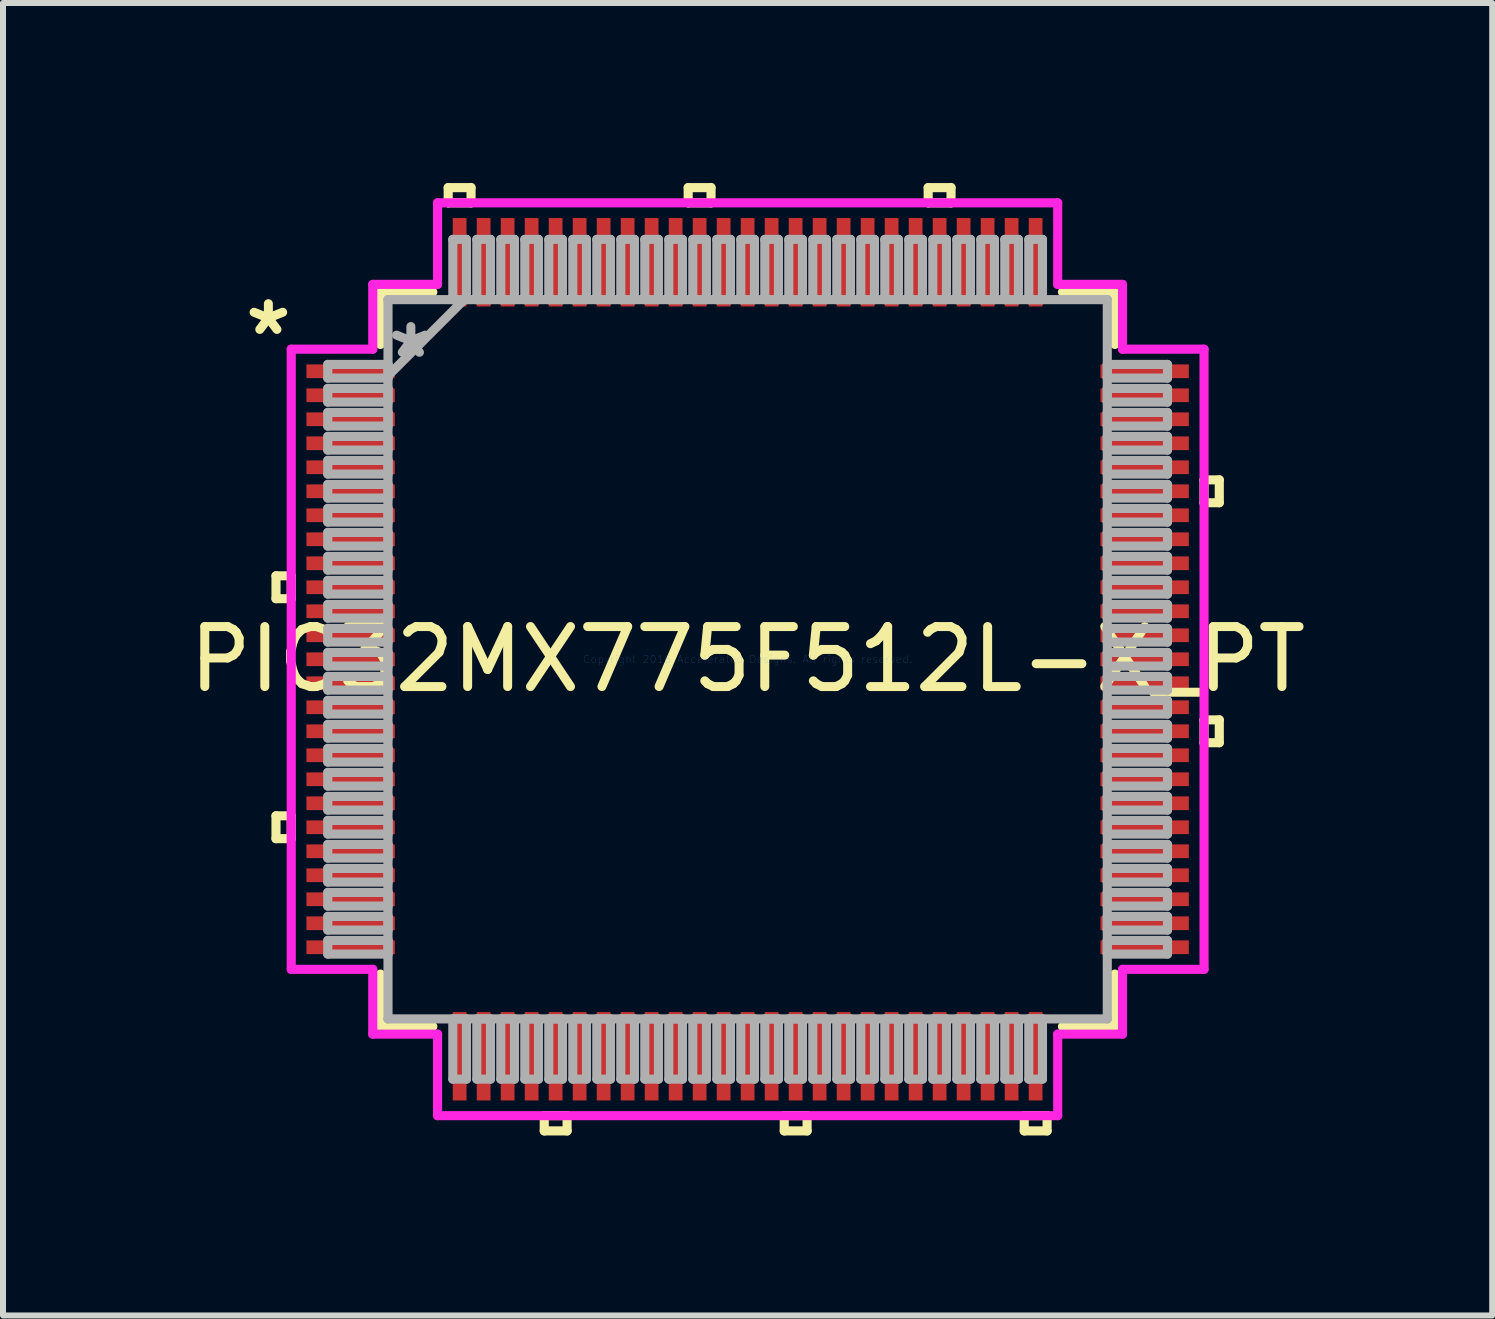
<source format=kicad_pcb>
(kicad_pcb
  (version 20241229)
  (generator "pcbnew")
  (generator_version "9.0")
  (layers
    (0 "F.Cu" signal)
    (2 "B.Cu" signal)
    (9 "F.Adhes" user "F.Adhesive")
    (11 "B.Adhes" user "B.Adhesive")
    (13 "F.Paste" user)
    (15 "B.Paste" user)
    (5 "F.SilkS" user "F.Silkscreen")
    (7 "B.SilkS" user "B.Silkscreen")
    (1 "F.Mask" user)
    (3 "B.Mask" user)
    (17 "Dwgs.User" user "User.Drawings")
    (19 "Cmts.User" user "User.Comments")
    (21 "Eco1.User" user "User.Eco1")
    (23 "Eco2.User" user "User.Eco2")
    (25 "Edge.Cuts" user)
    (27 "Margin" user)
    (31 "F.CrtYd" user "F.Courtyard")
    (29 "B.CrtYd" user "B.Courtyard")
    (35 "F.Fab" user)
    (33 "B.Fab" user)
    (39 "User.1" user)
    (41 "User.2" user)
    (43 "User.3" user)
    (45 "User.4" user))
  (footprint "PIC32MX775F512L-X_PT"
    (layer "F.Cu")
    (at 9.411 7.938)
    (property "Reference" "PIC32MX775F512L-X_PT" (at 0 0 0) (layer "F.SilkS") (effects (font (size 1 1) (thickness 0.15))))
    (attr through_hole)
    (fp_line (start -7.861 -1.391) (end -7.861 -1.01) (stroke (width 0.152) (type solid)) (layer "F.SilkS"))
    (fp_line (start -7.861 -1.01) (end -7.607 -1.01) (stroke (width 0.152) (type solid)) (layer "F.SilkS"))
    (fp_line (start -7.861 2.609) (end -7.861 2.99) (stroke (width 0.152) (type solid)) (layer "F.SilkS"))
    (fp_line (start -7.861 2.99) (end -7.607 2.99) (stroke (width 0.152) (type solid)) (layer "F.SilkS"))
    (fp_line (start -7.607 -1.391) (end -7.861 -1.391) (stroke (width 0.152) (type solid)) (layer "F.SilkS"))
    (fp_line (start -7.607 -1.01) (end -7.607 -1.391) (stroke (width 0.152) (type solid)) (layer "F.SilkS"))
    (fp_line (start -7.607 2.609) (end -7.861 2.609) (stroke (width 0.152) (type solid)) (layer "F.SilkS"))
    (fp_line (start -7.607 2.99) (end -7.607 2.609) (stroke (width 0.152) (type solid)) (layer "F.SilkS"))
    (fp_line (start -6.121 -6.121) (end -6.121 -5.247) (stroke (width 0.152) (type solid)) (layer "F.SilkS"))
    (fp_line (start -6.121 5.247) (end -6.121 6.121) (stroke (width 0.152) (type solid)) (layer "F.SilkS"))
    (fp_line (start -6.121 6.121) (end -5.247 6.121) (stroke (width 0.152) (type solid)) (layer "F.SilkS"))
    (fp_line (start -5.247 -6.121) (end -6.121 -6.121) (stroke (width 0.152) (type solid)) (layer "F.SilkS"))
    (fp_line (start -4.991 -7.861) (end -4.61 -7.861) (stroke (width 0.152) (type solid)) (layer "F.SilkS"))
    (fp_line (start -4.991 -7.607) (end -4.991 -7.861) (stroke (width 0.152) (type solid)) (layer "F.SilkS"))
    (fp_line (start -4.61 -7.861) (end -4.61 -7.607) (stroke (width 0.152) (type solid)) (layer "F.SilkS"))
    (fp_line (start -4.61 -7.607) (end -4.991 -7.607) (stroke (width 0.152) (type solid)) (layer "F.SilkS"))
    (fp_line (start -3.39 7.607) (end -3.39 7.861) (stroke (width 0.152) (type solid)) (layer "F.SilkS"))
    (fp_line (start -3.39 7.861) (end -3.009 7.861) (stroke (width 0.152) (type solid)) (layer "F.SilkS"))
    (fp_line (start -3.009 7.607) (end -3.39 7.607) (stroke (width 0.152) (type solid)) (layer "F.SilkS"))
    (fp_line (start -3.009 7.861) (end -3.009 7.607) (stroke (width 0.152) (type solid)) (layer "F.SilkS"))
    (fp_line (start -0.991 -7.861) (end -0.61 -7.861) (stroke (width 0.152) (type solid)) (layer "F.SilkS"))
    (fp_line (start -0.991 -7.607) (end -0.991 -7.861) (stroke (width 0.152) (type solid)) (layer "F.SilkS"))
    (fp_line (start -0.61 -7.861) (end -0.61 -7.607) (stroke (width 0.152) (type solid)) (layer "F.SilkS"))
    (fp_line (start -0.61 -7.607) (end -0.991 -7.607) (stroke (width 0.152) (type solid)) (layer "F.SilkS"))
    (fp_line (start 0.61 7.607) (end 0.61 7.861) (stroke (width 0.152) (type solid)) (layer "F.SilkS"))
    (fp_line (start 0.61 7.861) (end 0.991 7.861) (stroke (width 0.152) (type solid)) (layer "F.SilkS"))
    (fp_line (start 0.991 7.607) (end 0.61 7.607) (stroke (width 0.152) (type solid)) (layer "F.SilkS"))
    (fp_line (start 0.991 7.861) (end 0.991 7.607) (stroke (width 0.152) (type solid)) (layer "F.SilkS"))
    (fp_line (start 3.009 -7.861) (end 3.39 -7.861) (stroke (width 0.152) (type solid)) (layer "F.SilkS"))
    (fp_line (start 3.009 -7.607) (end 3.009 -7.861) (stroke (width 0.152) (type solid)) (layer "F.SilkS"))
    (fp_line (start 3.39 -7.861) (end 3.39 -7.607) (stroke (width 0.152) (type solid)) (layer "F.SilkS"))
    (fp_line (start 3.39 -7.607) (end 3.009 -7.607) (stroke (width 0.152) (type solid)) (layer "F.SilkS"))
    (fp_line (start 4.61 7.607) (end 4.61 7.861) (stroke (width 0.152) (type solid)) (layer "F.SilkS"))
    (fp_line (start 4.61 7.861) (end 4.991 7.861) (stroke (width 0.152) (type solid)) (layer "F.SilkS"))
    (fp_line (start 4.991 7.607) (end 4.61 7.607) (stroke (width 0.152) (type solid)) (layer "F.SilkS"))
    (fp_line (start 4.991 7.861) (end 4.991 7.607) (stroke (width 0.152) (type solid)) (layer "F.SilkS"))
    (fp_line (start 5.247 6.121) (end 6.121 6.121) (stroke (width 0.152) (type solid)) (layer "F.SilkS"))
    (fp_line (start 6.121 -6.121) (end 5.247 -6.121) (stroke (width 0.152) (type solid)) (layer "F.SilkS"))
    (fp_line (start 6.121 -5.247) (end 6.121 -6.121) (stroke (width 0.152) (type solid)) (layer "F.SilkS"))
    (fp_line (start 6.121 6.121) (end 6.121 5.247) (stroke (width 0.152) (type solid)) (layer "F.SilkS"))
    (fp_line (start 7.607 -2.99) (end 7.861 -2.99) (stroke (width 0.152) (type solid)) (layer "F.SilkS"))
    (fp_line (start 7.607 -2.609) (end 7.607 -2.99) (stroke (width 0.152) (type solid)) (layer "F.SilkS"))
    (fp_line (start 7.607 1.01) (end 7.861 1.01) (stroke (width 0.152) (type solid)) (layer "F.SilkS"))
    (fp_line (start 7.607 1.391) (end 7.607 1.01) (stroke (width 0.152) (type solid)) (layer "F.SilkS"))
    (fp_line (start 7.861 -2.99) (end 7.861 -2.609) (stroke (width 0.152) (type solid)) (layer "F.SilkS"))
    (fp_line (start 7.861 -2.609) (end 7.607 -2.609) (stroke (width 0.152) (type solid)) (layer "F.SilkS"))
    (fp_line (start 7.861 1.01) (end 7.861 1.391) (stroke (width 0.152) (type solid)) (layer "F.SilkS"))
    (fp_line (start 7.861 1.391) (end 7.607 1.391) (stroke (width 0.152) (type solid)) (layer "F.SilkS"))
    (fp_line (start -7.607 -5.168) (end -6.248 -5.168) (stroke (width 0.152) (type solid)) (layer "F.CrtYd"))
    (fp_line (start -7.607 5.168) (end -7.607 -5.168) (stroke (width 0.152) (type solid)) (layer "F.CrtYd"))
    (fp_line (start -6.248 -6.248) (end -5.168 -6.248) (stroke (width 0.152) (type solid)) (layer "F.CrtYd"))
    (fp_line (start -6.248 -5.168) (end -6.248 -6.248) (stroke (width 0.152) (type solid)) (layer "F.CrtYd"))
    (fp_line (start -6.248 5.168) (end -7.607 5.168) (stroke (width 0.152) (type solid)) (layer "F.CrtYd"))
    (fp_line (start -6.248 6.248) (end -6.248 5.168) (stroke (width 0.152) (type solid)) (layer "F.CrtYd"))
    (fp_line (start -5.168 -7.607) (end 5.168 -7.607) (stroke (width 0.152) (type solid)) (layer "F.CrtYd"))
    (fp_line (start -5.168 -6.248) (end -5.168 -7.607) (stroke (width 0.152) (type solid)) (layer "F.CrtYd"))
    (fp_line (start -5.168 6.248) (end -6.248 6.248) (stroke (width 0.152) (type solid)) (layer "F.CrtYd"))
    (fp_line (start -5.168 7.607) (end -5.168 6.248) (stroke (width 0.152) (type solid)) (layer "F.CrtYd"))
    (fp_line (start 5.168 -7.607) (end 5.168 -6.248) (stroke (width 0.152) (type solid)) (layer "F.CrtYd"))
    (fp_line (start 5.168 -6.248) (end 6.248 -6.248) (stroke (width 0.152) (type solid)) (layer "F.CrtYd"))
    (fp_line (start 5.168 6.248) (end 5.168 7.607) (stroke (width 0.152) (type solid)) (layer "F.CrtYd"))
    (fp_line (start 5.168 7.607) (end -5.168 7.607) (stroke (width 0.152) (type solid)) (layer "F.CrtYd"))
    (fp_line (start 6.248 -6.248) (end 6.248 -5.168) (stroke (width 0.152) (type solid)) (layer "F.CrtYd"))
    (fp_line (start 6.248 -5.168) (end 7.607 -5.168) (stroke (width 0.152) (type solid)) (layer "F.CrtYd"))
    (fp_line (start 6.248 5.168) (end 6.248 6.248) (stroke (width 0.152) (type solid)) (layer "F.CrtYd"))
    (fp_line (start 6.248 6.248) (end 5.168 6.248) (stroke (width 0.152) (type solid)) (layer "F.CrtYd"))
    (fp_line (start 7.607 -5.168) (end 7.607 5.168) (stroke (width 0.152) (type solid)) (layer "F.CrtYd"))
    (fp_line (start 7.607 5.168) (end 6.248 5.168) (stroke (width 0.152) (type solid)) (layer "F.CrtYd"))
    (fp_line (start -6.998 -4.914) (end -6.998 -4.686) (stroke (width 0.152) (type solid)) (layer "F.Fab"))
    (fp_line (start -6.998 -4.686) (end -5.994 -4.686) (stroke (width 0.152) (type solid)) (layer "F.Fab"))
    (fp_line (start -6.998 -4.514) (end -6.998 -4.286) (stroke (width 0.152) (type solid)) (layer "F.Fab"))
    (fp_line (start -6.998 -4.286) (end -5.994 -4.286) (stroke (width 0.152) (type solid)) (layer "F.Fab"))
    (fp_line (start -6.998 -4.114) (end -6.998 -3.886) (stroke (width 0.152) (type solid)) (layer "F.Fab"))
    (fp_line (start -6.998 -3.886) (end -5.994 -3.886) (stroke (width 0.152) (type solid)) (layer "F.Fab"))
    (fp_line (start -6.998 -3.714) (end -6.998 -3.486) (stroke (width 0.152) (type solid)) (layer "F.Fab"))
    (fp_line (start -6.998 -3.486) (end -5.994 -3.486) (stroke (width 0.152) (type solid)) (layer "F.Fab"))
    (fp_line (start -6.998 -3.314) (end -6.998 -3.086) (stroke (width 0.152) (type solid)) (layer "F.Fab"))
    (fp_line (start -6.998 -3.086) (end -5.994 -3.086) (stroke (width 0.152) (type solid)) (layer "F.Fab"))
    (fp_line (start -6.998 -2.914) (end -6.998 -2.686) (stroke (width 0.152) (type solid)) (layer "F.Fab"))
    (fp_line (start -6.998 -2.686) (end -5.994 -2.686) (stroke (width 0.152) (type solid)) (layer "F.Fab"))
    (fp_line (start -6.998 -2.514) (end -6.998 -2.286) (stroke (width 0.152) (type solid)) (layer "F.Fab"))
    (fp_line (start -6.998 -2.286) (end -5.994 -2.286) (stroke (width 0.152) (type solid)) (layer "F.Fab"))
    (fp_line (start -6.998 -2.114) (end -6.998 -1.886) (stroke (width 0.152) (type solid)) (layer "F.Fab"))
    (fp_line (start -6.998 -1.886) (end -5.994 -1.886) (stroke (width 0.152) (type solid)) (layer "F.Fab"))
    (fp_line (start -6.998 -1.714) (end -6.998 -1.486) (stroke (width 0.152) (type solid)) (layer "F.Fab"))
    (fp_line (start -6.998 -1.486) (end -5.994 -1.486) (stroke (width 0.152) (type solid)) (layer "F.Fab"))
    (fp_line (start -6.998 -1.314) (end -6.998 -1.086) (stroke (width 0.152) (type solid)) (layer "F.Fab"))
    (fp_line (start -6.998 -1.086) (end -5.994 -1.086) (stroke (width 0.152) (type solid)) (layer "F.Fab"))
    (fp_line (start -6.998 -0.914) (end -6.998 -0.686) (stroke (width 0.152) (type solid)) (layer "F.Fab"))
    (fp_line (start -6.998 -0.686) (end -5.994 -0.686) (stroke (width 0.152) (type solid)) (layer "F.Fab"))
    (fp_line (start -6.998 -0.514) (end -6.998 -0.286) (stroke (width 0.152) (type solid)) (layer "F.Fab"))
    (fp_line (start -6.998 -0.286) (end -5.994 -0.286) (stroke (width 0.152) (type solid)) (layer "F.Fab"))
    (fp_line (start -6.998 -0.114) (end -6.998 0.114) (stroke (width 0.152) (type solid)) (layer "F.Fab"))
    (fp_line (start -6.998 0.114) (end -5.994 0.114) (stroke (width 0.152) (type solid)) (layer "F.Fab"))
    (fp_line (start -6.998 0.286) (end -6.998 0.514) (stroke (width 0.152) (type solid)) (layer "F.Fab"))
    (fp_line (start -6.998 0.514) (end -5.994 0.514) (stroke (width 0.152) (type solid)) (layer "F.Fab"))
    (fp_line (start -6.998 0.686) (end -6.998 0.914) (stroke (width 0.152) (type solid)) (layer "F.Fab"))
    (fp_line (start -6.998 0.914) (end -5.994 0.914) (stroke (width 0.152) (type solid)) (layer "F.Fab"))
    (fp_line (start -6.998 1.086) (end -6.998 1.314) (stroke (width 0.152) (type solid)) (layer "F.Fab"))
    (fp_line (start -6.998 1.314) (end -5.994 1.314) (stroke (width 0.152) (type solid)) (layer "F.Fab"))
    (fp_line (start -6.998 1.486) (end -6.998 1.714) (stroke (width 0.152) (type solid)) (layer "F.Fab"))
    (fp_line (start -6.998 1.714) (end -5.994 1.714) (stroke (width 0.152) (type solid)) (layer "F.Fab"))
    (fp_line (start -6.998 1.886) (end -6.998 2.114) (stroke (width 0.152) (type solid)) (layer "F.Fab"))
    (fp_line (start -6.998 2.114) (end -5.994 2.114) (stroke (width 0.152) (type solid)) (layer "F.Fab"))
    (fp_line (start -6.998 2.286) (end -6.998 2.514) (stroke (width 0.152) (type solid)) (layer "F.Fab"))
    (fp_line (start -6.998 2.514) (end -5.994 2.514) (stroke (width 0.152) (type solid)) (layer "F.Fab"))
    (fp_line (start -6.998 2.686) (end -6.998 2.914) (stroke (width 0.152) (type solid)) (layer "F.Fab"))
    (fp_line (start -6.998 2.914) (end -5.994 2.914) (stroke (width 0.152) (type solid)) (layer "F.Fab"))
    (fp_line (start -6.998 3.086) (end -6.998 3.314) (stroke (width 0.152) (type solid)) (layer "F.Fab"))
    (fp_line (start -6.998 3.314) (end -5.994 3.314) (stroke (width 0.152) (type solid)) (layer "F.Fab"))
    (fp_line (start -6.998 3.486) (end -6.998 3.714) (stroke (width 0.152) (type solid)) (layer "F.Fab"))
    (fp_line (start -6.998 3.714) (end -5.994 3.714) (stroke (width 0.152) (type solid)) (layer "F.Fab"))
    (fp_line (start -6.998 3.886) (end -6.998 4.114) (stroke (width 0.152) (type solid)) (layer "F.Fab"))
    (fp_line (start -6.998 4.114) (end -5.994 4.114) (stroke (width 0.152) (type solid)) (layer "F.Fab"))
    (fp_line (start -6.998 4.286) (end -6.998 4.514) (stroke (width 0.152) (type solid)) (layer "F.Fab"))
    (fp_line (start -6.998 4.514) (end -5.994 4.514) (stroke (width 0.152) (type solid)) (layer "F.Fab"))
    (fp_line (start -6.998 4.686) (end -6.998 4.914) (stroke (width 0.152) (type solid)) (layer "F.Fab"))
    (fp_line (start -6.998 4.914) (end -5.994 4.914) (stroke (width 0.152) (type solid)) (layer "F.Fab"))
    (fp_line (start -5.994 -5.994) (end -5.994 -5.994) (stroke (width 0.152) (type solid)) (layer "F.Fab"))
    (fp_line (start -5.994 -5.994) (end -5.994 5.994) (stroke (width 0.152) (type solid)) (layer "F.Fab"))
    (fp_line (start -5.994 -4.914) (end -6.998 -4.914) (stroke (width 0.152) (type solid)) (layer "F.Fab"))
    (fp_line (start -5.994 -4.724) (end -4.724 -5.994) (stroke (width 0.152) (type solid)) (layer "F.Fab"))
    (fp_line (start -5.994 -4.686) (end -5.994 -4.914) (stroke (width 0.152) (type solid)) (layer "F.Fab"))
    (fp_line (start -5.994 -4.514) (end -6.998 -4.514) (stroke (width 0.152) (type solid)) (layer "F.Fab"))
    (fp_line (start -5.994 -4.286) (end -5.994 -4.514) (stroke (width 0.152) (type solid)) (layer "F.Fab"))
    (fp_line (start -5.994 -4.114) (end -6.998 -4.114) (stroke (width 0.152) (type solid)) (layer "F.Fab"))
    (fp_line (start -5.994 -3.886) (end -5.994 -4.114) (stroke (width 0.152) (type solid)) (layer "F.Fab"))
    (fp_line (start -5.994 -3.714) (end -6.998 -3.714) (stroke (width 0.152) (type solid)) (layer "F.Fab"))
    (fp_line (start -5.994 -3.486) (end -5.994 -3.714) (stroke (width 0.152) (type solid)) (layer "F.Fab"))
    (fp_line (start -5.994 -3.314) (end -6.998 -3.314) (stroke (width 0.152) (type solid)) (layer "F.Fab"))
    (fp_line (start -5.994 -3.086) (end -5.994 -3.314) (stroke (width 0.152) (type solid)) (layer "F.Fab"))
    (fp_line (start -5.994 -2.914) (end -6.998 -2.914) (stroke (width 0.152) (type solid)) (layer "F.Fab"))
    (fp_line (start -5.994 -2.686) (end -5.994 -2.914) (stroke (width 0.152) (type solid)) (layer "F.Fab"))
    (fp_line (start -5.994 -2.514) (end -6.998 -2.514) (stroke (width 0.152) (type solid)) (layer "F.Fab"))
    (fp_line (start -5.994 -2.286) (end -5.994 -2.514) (stroke (width 0.152) (type solid)) (layer "F.Fab"))
    (fp_line (start -5.994 -2.114) (end -6.998 -2.114) (stroke (width 0.152) (type solid)) (layer "F.Fab"))
    (fp_line (start -5.994 -1.886) (end -5.994 -2.114) (stroke (width 0.152) (type solid)) (layer "F.Fab"))
    (fp_line (start -5.994 -1.714) (end -6.998 -1.714) (stroke (width 0.152) (type solid)) (layer "F.Fab"))
    (fp_line (start -5.994 -1.486) (end -5.994 -1.714) (stroke (width 0.152) (type solid)) (layer "F.Fab"))
    (fp_line (start -5.994 -1.314) (end -6.998 -1.314) (stroke (width 0.152) (type solid)) (layer "F.Fab"))
    (fp_line (start -5.994 -1.086) (end -5.994 -1.314) (stroke (width 0.152) (type solid)) (layer "F.Fab"))
    (fp_line (start -5.994 -0.914) (end -6.998 -0.914) (stroke (width 0.152) (type solid)) (layer "F.Fab"))
    (fp_line (start -5.994 -0.686) (end -5.994 -0.914) (stroke (width 0.152) (type solid)) (layer "F.Fab"))
    (fp_line (start -5.994 -0.514) (end -6.998 -0.514) (stroke (width 0.152) (type solid)) (layer "F.Fab"))
    (fp_line (start -5.994 -0.286) (end -5.994 -0.514) (stroke (width 0.152) (type solid)) (layer "F.Fab"))
    (fp_line (start -5.994 -0.114) (end -6.998 -0.114) (stroke (width 0.152) (type solid)) (layer "F.Fab"))
    (fp_line (start -5.994 0.114) (end -5.994 -0.114) (stroke (width 0.152) (type solid)) (layer "F.Fab"))
    (fp_line (start -5.994 0.286) (end -6.998 0.286) (stroke (width 0.152) (type solid)) (layer "F.Fab"))
    (fp_line (start -5.994 0.514) (end -5.994 0.286) (stroke (width 0.152) (type solid)) (layer "F.Fab"))
    (fp_line (start -5.994 0.686) (end -6.998 0.686) (stroke (width 0.152) (type solid)) (layer "F.Fab"))
    (fp_line (start -5.994 0.914) (end -5.994 0.686) (stroke (width 0.152) (type solid)) (layer "F.Fab"))
    (fp_line (start -5.994 1.086) (end -6.998 1.086) (stroke (width 0.152) (type solid)) (layer "F.Fab"))
    (fp_line (start -5.994 1.314) (end -5.994 1.086) (stroke (width 0.152) (type solid)) (layer "F.Fab"))
    (fp_line (start -5.994 1.486) (end -6.998 1.486) (stroke (width 0.152) (type solid)) (layer "F.Fab"))
    (fp_line (start -5.994 1.714) (end -5.994 1.486) (stroke (width 0.152) (type solid)) (layer "F.Fab"))
    (fp_line (start -5.994 1.886) (end -6.998 1.886) (stroke (width 0.152) (type solid)) (layer "F.Fab"))
    (fp_line (start -5.994 2.114) (end -5.994 1.886) (stroke (width 0.152) (type solid)) (layer "F.Fab"))
    (fp_line (start -5.994 2.286) (end -6.998 2.286) (stroke (width 0.152) (type solid)) (layer "F.Fab"))
    (fp_line (start -5.994 2.514) (end -5.994 2.286) (stroke (width 0.152) (type solid)) (layer "F.Fab"))
    (fp_line (start -5.994 2.686) (end -6.998 2.686) (stroke (width 0.152) (type solid)) (layer "F.Fab"))
    (fp_line (start -5.994 2.914) (end -5.994 2.686) (stroke (width 0.152) (type solid)) (layer "F.Fab"))
    (fp_line (start -5.994 3.086) (end -6.998 3.086) (stroke (width 0.152) (type solid)) (layer "F.Fab"))
    (fp_line (start -5.994 3.314) (end -5.994 3.086) (stroke (width 0.152) (type solid)) (layer "F.Fab"))
    (fp_line (start -5.994 3.486) (end -6.998 3.486) (stroke (width 0.152) (type solid)) (layer "F.Fab"))
    (fp_line (start -5.994 3.714) (end -5.994 3.486) (stroke (width 0.152) (type solid)) (layer "F.Fab"))
    (fp_line (start -5.994 3.886) (end -6.998 3.886) (stroke (width 0.152) (type solid)) (layer "F.Fab"))
    (fp_line (start -5.994 4.114) (end -5.994 3.886) (stroke (width 0.152) (type solid)) (layer "F.Fab"))
    (fp_line (start -5.994 4.286) (end -6.998 4.286) (stroke (width 0.152) (type solid)) (layer "F.Fab"))
    (fp_line (start -5.994 4.514) (end -5.994 4.286) (stroke (width 0.152) (type solid)) (layer "F.Fab"))
    (fp_line (start -5.994 4.686) (end -6.998 4.686) (stroke (width 0.152) (type solid)) (layer "F.Fab"))
    (fp_line (start -5.994 4.914) (end -5.994 4.686) (stroke (width 0.152) (type solid)) (layer "F.Fab"))
    (fp_line (start -5.994 5.994) (end -5.994 5.994) (stroke (width 0.152) (type solid)) (layer "F.Fab"))
    (fp_line (start -5.994 5.994) (end 5.994 5.994) (stroke (width 0.152) (type solid)) (layer "F.Fab"))
    (fp_line (start -4.914 5.994) (end -4.914 6.998) (stroke (width 0.152) (type solid)) (layer "F.Fab"))
    (fp_line (start -4.914 6.998) (end -4.686 6.998) (stroke (width 0.152) (type solid)) (layer "F.Fab"))
    (fp_line (start -4.914 -6.998) (end -4.914 -5.994) (stroke (width 0.152) (type solid)) (layer "F.Fab"))
    (fp_line (start -4.914 -5.994) (end -4.686 -5.994) (stroke (width 0.152) (type solid)) (layer "F.Fab"))
    (fp_line (start -4.686 5.994) (end -4.914 5.994) (stroke (width 0.152) (type solid)) (layer "F.Fab"))
    (fp_line (start -4.686 6.998) (end -4.686 5.994) (stroke (width 0.152) (type solid)) (layer "F.Fab"))
    (fp_line (start -4.686 -6.998) (end -4.914 -6.998) (stroke (width 0.152) (type solid)) (layer "F.Fab"))
    (fp_line (start -4.686 -5.994) (end -4.686 -6.998) (stroke (width 0.152) (type solid)) (layer "F.Fab"))
    (fp_line (start -4.514 5.994) (end -4.514 6.998) (stroke (width 0.152) (type solid)) (layer "F.Fab"))
    (fp_line (start -4.514 6.998) (end -4.286 6.998) (stroke (width 0.152) (type solid)) (layer "F.Fab"))
    (fp_line (start -4.514 -6.998) (end -4.514 -5.994) (stroke (width 0.152) (type solid)) (layer "F.Fab"))
    (fp_line (start -4.514 -5.994) (end -4.286 -5.994) (stroke (width 0.152) (type solid)) (layer "F.Fab"))
    (fp_line (start -4.286 5.994) (end -4.514 5.994) (stroke (width 0.152) (type solid)) (layer "F.Fab"))
    (fp_line (start -4.286 6.998) (end -4.286 5.994) (stroke (width 0.152) (type solid)) (layer "F.Fab"))
    (fp_line (start -4.286 -6.998) (end -4.514 -6.998) (stroke (width 0.152) (type solid)) (layer "F.Fab"))
    (fp_line (start -4.286 -5.994) (end -4.286 -6.998) (stroke (width 0.152) (type solid)) (layer "F.Fab"))
    (fp_line (start -4.114 5.994) (end -4.114 6.998) (stroke (width 0.152) (type solid)) (layer "F.Fab"))
    (fp_line (start -4.114 6.998) (end -3.886 6.998) (stroke (width 0.152) (type solid)) (layer "F.Fab"))
    (fp_line (start -4.114 -6.998) (end -4.114 -5.994) (stroke (width 0.152) (type solid)) (layer "F.Fab"))
    (fp_line (start -4.114 -5.994) (end -3.886 -5.994) (stroke (width 0.152) (type solid)) (layer "F.Fab"))
    (fp_line (start -3.886 5.994) (end -4.114 5.994) (stroke (width 0.152) (type solid)) (layer "F.Fab"))
    (fp_line (start -3.886 6.998) (end -3.886 5.994) (stroke (width 0.152) (type solid)) (layer "F.Fab"))
    (fp_line (start -3.886 -6.998) (end -4.114 -6.998) (stroke (width 0.152) (type solid)) (layer "F.Fab"))
    (fp_line (start -3.886 -5.994) (end -3.886 -6.998) (stroke (width 0.152) (type solid)) (layer "F.Fab"))
    (fp_line (start -3.714 5.994) (end -3.714 6.998) (stroke (width 0.152) (type solid)) (layer "F.Fab"))
    (fp_line (start -3.714 6.998) (end -3.486 6.998) (stroke (width 0.152) (type solid)) (layer "F.Fab"))
    (fp_line (start -3.714 -6.998) (end -3.714 -5.994) (stroke (width 0.152) (type solid)) (layer "F.Fab"))
    (fp_line (start -3.714 -5.994) (end -3.486 -5.994) (stroke (width 0.152) (type solid)) (layer "F.Fab"))
    (fp_line (start -3.486 5.994) (end -3.714 5.994) (stroke (width 0.152) (type solid)) (layer "F.Fab"))
    (fp_line (start -3.486 6.998) (end -3.486 5.994) (stroke (width 0.152) (type solid)) (layer "F.Fab"))
    (fp_line (start -3.486 -6.998) (end -3.714 -6.998) (stroke (width 0.152) (type solid)) (layer "F.Fab"))
    (fp_line (start -3.486 -5.994) (end -3.486 -6.998) (stroke (width 0.152) (type solid)) (layer "F.Fab"))
    (fp_line (start -3.314 5.994) (end -3.314 6.998) (stroke (width 0.152) (type solid)) (layer "F.Fab"))
    (fp_line (start -3.314 6.998) (end -3.086 6.998) (stroke (width 0.152) (type solid)) (layer "F.Fab"))
    (fp_line (start -3.314 -6.998) (end -3.314 -5.994) (stroke (width 0.152) (type solid)) (layer "F.Fab"))
    (fp_line (start -3.314 -5.994) (end -3.086 -5.994) (stroke (width 0.152) (type solid)) (layer "F.Fab"))
    (fp_line (start -3.086 5.994) (end -3.314 5.994) (stroke (width 0.152) (type solid)) (layer "F.Fab"))
    (fp_line (start -3.086 6.998) (end -3.086 5.994) (stroke (width 0.152) (type solid)) (layer "F.Fab"))
    (fp_line (start -3.086 -6.998) (end -3.314 -6.998) (stroke (width 0.152) (type solid)) (layer "F.Fab"))
    (fp_line (start -3.086 -5.994) (end -3.086 -6.998) (stroke (width 0.152) (type solid)) (layer "F.Fab"))
    (fp_line (start -2.914 5.994) (end -2.914 6.998) (stroke (width 0.152) (type solid)) (layer "F.Fab"))
    (fp_line (start -2.914 6.998) (end -2.686 6.998) (stroke (width 0.152) (type solid)) (layer "F.Fab"))
    (fp_line (start -2.914 -6.998) (end -2.914 -5.994) (stroke (width 0.152) (type solid)) (layer "F.Fab"))
    (fp_line (start -2.914 -5.994) (end -2.686 -5.994) (stroke (width 0.152) (type solid)) (layer "F.Fab"))
    (fp_line (start -2.686 5.994) (end -2.914 5.994) (stroke (width 0.152) (type solid)) (layer "F.Fab"))
    (fp_line (start -2.686 6.998) (end -2.686 5.994) (stroke (width 0.152) (type solid)) (layer "F.Fab"))
    (fp_line (start -2.686 -6.998) (end -2.914 -6.998) (stroke (width 0.152) (type solid)) (layer "F.Fab"))
    (fp_line (start -2.686 -5.994) (end -2.686 -6.998) (stroke (width 0.152) (type solid)) (layer "F.Fab"))
    (fp_line (start -2.514 -6.998) (end -2.514 -5.994) (stroke (width 0.152) (type solid)) (layer "F.Fab"))
    (fp_line (start -2.514 -5.994) (end -2.286 -5.994) (stroke (width 0.152) (type solid)) (layer "F.Fab"))
    (fp_line (start -2.514 5.994) (end -2.514 6.998) (stroke (width 0.152) (type solid)) (layer "F.Fab"))
    (fp_line (start -2.514 6.998) (end -2.286 6.998) (stroke (width 0.152) (type solid)) (layer "F.Fab"))
    (fp_line (start -2.286 -6.998) (end -2.514 -6.998) (stroke (width 0.152) (type solid)) (layer "F.Fab"))
    (fp_line (start -2.286 -5.994) (end -2.286 -6.998) (stroke (width 0.152) (type solid)) (layer "F.Fab"))
    (fp_line (start -2.286 5.994) (end -2.514 5.994) (stroke (width 0.152) (type solid)) (layer "F.Fab"))
    (fp_line (start -2.286 6.998) (end -2.286 5.994) (stroke (width 0.152) (type solid)) (layer "F.Fab"))
    (fp_line (start -2.114 -6.998) (end -2.114 -5.994) (stroke (width 0.152) (type solid)) (layer "F.Fab"))
    (fp_line (start -2.114 -5.994) (end -1.886 -5.994) (stroke (width 0.152) (type solid)) (layer "F.Fab"))
    (fp_line (start -2.114 5.994) (end -2.114 6.998) (stroke (width 0.152) (type solid)) (layer "F.Fab"))
    (fp_line (start -2.114 6.998) (end -1.886 6.998) (stroke (width 0.152) (type solid)) (layer "F.Fab"))
    (fp_line (start -1.886 -6.998) (end -2.114 -6.998) (stroke (width 0.152) (type solid)) (layer "F.Fab"))
    (fp_line (start -1.886 -5.994) (end -1.886 -6.998) (stroke (width 0.152) (type solid)) (layer "F.Fab"))
    (fp_line (start -1.886 5.994) (end -2.114 5.994) (stroke (width 0.152) (type solid)) (layer "F.Fab"))
    (fp_line (start -1.886 6.998) (end -1.886 5.994) (stroke (width 0.152) (type solid)) (layer "F.Fab"))
    (fp_line (start -1.714 -6.998) (end -1.714 -5.994) (stroke (width 0.152) (type solid)) (layer "F.Fab"))
    (fp_line (start -1.714 -5.994) (end -1.486 -5.994) (stroke (width 0.152) (type solid)) (layer "F.Fab"))
    (fp_line (start -1.714 5.994) (end -1.714 6.998) (stroke (width 0.152) (type solid)) (layer "F.Fab"))
    (fp_line (start -1.714 6.998) (end -1.486 6.998) (stroke (width 0.152) (type solid)) (layer "F.Fab"))
    (fp_line (start -1.486 -6.998) (end -1.714 -6.998) (stroke (width 0.152) (type solid)) (layer "F.Fab"))
    (fp_line (start -1.486 -5.994) (end -1.486 -6.998) (stroke (width 0.152) (type solid)) (layer "F.Fab"))
    (fp_line (start -1.486 5.994) (end -1.714 5.994) (stroke (width 0.152) (type solid)) (layer "F.Fab"))
    (fp_line (start -1.486 6.998) (end -1.486 5.994) (stroke (width 0.152) (type solid)) (layer "F.Fab"))
    (fp_line (start -1.314 -6.998) (end -1.314 -5.994) (stroke (width 0.152) (type solid)) (layer "F.Fab"))
    (fp_line (start -1.314 -5.994) (end -1.086 -5.994) (stroke (width 0.152) (type solid)) (layer "F.Fab"))
    (fp_line (start -1.314 5.994) (end -1.314 6.998) (stroke (width 0.152) (type solid)) (layer "F.Fab"))
    (fp_line (start -1.314 6.998) (end -1.086 6.998) (stroke (width 0.152) (type solid)) (layer "F.Fab"))
    (fp_line (start -1.086 -6.998) (end -1.314 -6.998) (stroke (width 0.152) (type solid)) (layer "F.Fab"))
    (fp_line (start -1.086 -5.994) (end -1.086 -6.998) (stroke (width 0.152) (type solid)) (layer "F.Fab"))
    (fp_line (start -1.086 5.994) (end -1.314 5.994) (stroke (width 0.152) (type solid)) (layer "F.Fab"))
    (fp_line (start -1.086 6.998) (end -1.086 5.994) (stroke (width 0.152) (type solid)) (layer "F.Fab"))
    (fp_line (start -0.914 -6.998) (end -0.914 -5.994) (stroke (width 0.152) (type solid)) (layer "F.Fab"))
    (fp_line (start -0.914 -5.994) (end -0.686 -5.994) (stroke (width 0.152) (type solid)) (layer "F.Fab"))
    (fp_line (start -0.914 5.994) (end -0.914 6.998) (stroke (width 0.152) (type solid)) (layer "F.Fab"))
    (fp_line (start -0.914 6.998) (end -0.686 6.998) (stroke (width 0.152) (type solid)) (layer "F.Fab"))
    (fp_line (start -0.686 -6.998) (end -0.914 -6.998) (stroke (width 0.152) (type solid)) (layer "F.Fab"))
    (fp_line (start -0.686 -5.994) (end -0.686 -6.998) (stroke (width 0.152) (type solid)) (layer "F.Fab"))
    (fp_line (start -0.686 5.994) (end -0.914 5.994) (stroke (width 0.152) (type solid)) (layer "F.Fab"))
    (fp_line (start -0.686 6.998) (end -0.686 5.994) (stroke (width 0.152) (type solid)) (layer "F.Fab"))
    (fp_line (start -0.514 -6.998) (end -0.514 -5.994) (stroke (width 0.152) (type solid)) (layer "F.Fab"))
    (fp_line (start -0.514 -5.994) (end -0.286 -5.994) (stroke (width 0.152) (type solid)) (layer "F.Fab"))
    (fp_line (start -0.514 5.994) (end -0.514 6.998) (stroke (width 0.152) (type solid)) (layer "F.Fab"))
    (fp_line (start -0.514 6.998) (end -0.286 6.998) (stroke (width 0.152) (type solid)) (layer "F.Fab"))
    (fp_line (start -0.286 -6.998) (end -0.514 -6.998) (stroke (width 0.152) (type solid)) (layer "F.Fab"))
    (fp_line (start -0.286 -5.994) (end -0.286 -6.998) (stroke (width 0.152) (type solid)) (layer "F.Fab"))
    (fp_line (start -0.286 5.994) (end -0.514 5.994) (stroke (width 0.152) (type solid)) (layer "F.Fab"))
    (fp_line (start -0.286 6.998) (end -0.286 5.994) (stroke (width 0.152) (type solid)) (layer "F.Fab"))
    (fp_line (start -0.114 -6.998) (end -0.114 -5.994) (stroke (width 0.152) (type solid)) (layer "F.Fab"))
    (fp_line (start -0.114 -5.994) (end 0.114 -5.994) (stroke (width 0.152) (type solid)) (layer "F.Fab"))
    (fp_line (start -0.114 5.994) (end -0.114 6.998) (stroke (width 0.152) (type solid)) (layer "F.Fab"))
    (fp_line (start -0.114 6.998) (end 0.114 6.998) (stroke (width 0.152) (type solid)) (layer "F.Fab"))
    (fp_line (start 0.114 -6.998) (end -0.114 -6.998) (stroke (width 0.152) (type solid)) (layer "F.Fab"))
    (fp_line (start 0.114 -5.994) (end 0.114 -6.998) (stroke (width 0.152) (type solid)) (layer "F.Fab"))
    (fp_line (start 0.114 5.994) (end -0.114 5.994) (stroke (width 0.152) (type solid)) (layer "F.Fab"))
    (fp_line (start 0.114 6.998) (end 0.114 5.994) (stroke (width 0.152) (type solid)) (layer "F.Fab"))
    (fp_line (start 0.286 -6.998) (end 0.286 -5.994) (stroke (width 0.152) (type solid)) (layer "F.Fab"))
    (fp_line (start 0.286 -5.994) (end 0.514 -5.994) (stroke (width 0.152) (type solid)) (layer "F.Fab"))
    (fp_line (start 0.286 5.994) (end 0.286 6.998) (stroke (width 0.152) (type solid)) (layer "F.Fab"))
    (fp_line (start 0.286 6.998) (end 0.514 6.998) (stroke (width 0.152) (type solid)) (layer "F.Fab"))
    (fp_line (start 0.514 -6.998) (end 0.286 -6.998) (stroke (width 0.152) (type solid)) (layer "F.Fab"))
    (fp_line (start 0.514 -5.994) (end 0.514 -6.998) (stroke (width 0.152) (type solid)) (layer "F.Fab"))
    (fp_line (start 0.514 5.994) (end 0.286 5.994) (stroke (width 0.152) (type solid)) (layer "F.Fab"))
    (fp_line (start 0.514 6.998) (end 0.514 5.994) (stroke (width 0.152) (type solid)) (layer "F.Fab"))
    (fp_line (start 0.686 -6.998) (end 0.686 -5.994) (stroke (width 0.152) (type solid)) (layer "F.Fab"))
    (fp_line (start 0.686 -5.994) (end 0.914 -5.994) (stroke (width 0.152) (type solid)) (layer "F.Fab"))
    (fp_line (start 0.686 5.994) (end 0.686 6.998) (stroke (width 0.152) (type solid)) (layer "F.Fab"))
    (fp_line (start 0.686 6.998) (end 0.914 6.998) (stroke (width 0.152) (type solid)) (layer "F.Fab"))
    (fp_line (start 0.914 -6.998) (end 0.686 -6.998) (stroke (width 0.152) (type solid)) (layer "F.Fab"))
    (fp_line (start 0.914 -5.994) (end 0.914 -6.998) (stroke (width 0.152) (type solid)) (layer "F.Fab"))
    (fp_line (start 0.914 5.994) (end 0.686 5.994) (stroke (width 0.152) (type solid)) (layer "F.Fab"))
    (fp_line (start 0.914 6.998) (end 0.914 5.994) (stroke (width 0.152) (type solid)) (layer "F.Fab"))
    (fp_line (start 1.086 -6.998) (end 1.086 -5.994) (stroke (width 0.152) (type solid)) (layer "F.Fab"))
    (fp_line (start 1.086 -5.994) (end 1.314 -5.994) (stroke (width 0.152) (type solid)) (layer "F.Fab"))
    (fp_line (start 1.086 5.994) (end 1.086 6.998) (stroke (width 0.152) (type solid)) (layer "F.Fab"))
    (fp_line (start 1.086 6.998) (end 1.314 6.998) (stroke (width 0.152) (type solid)) (layer "F.Fab"))
    (fp_line (start 1.314 -6.998) (end 1.086 -6.998) (stroke (width 0.152) (type solid)) (layer "F.Fab"))
    (fp_line (start 1.314 -5.994) (end 1.314 -6.998) (stroke (width 0.152) (type solid)) (layer "F.Fab"))
    (fp_line (start 1.314 5.994) (end 1.086 5.994) (stroke (width 0.152) (type solid)) (layer "F.Fab"))
    (fp_line (start 1.314 6.998) (end 1.314 5.994) (stroke (width 0.152) (type solid)) (layer "F.Fab"))
    (fp_line (start 1.486 -6.998) (end 1.486 -5.994) (stroke (width 0.152) (type solid)) (layer "F.Fab"))
    (fp_line (start 1.486 -5.994) (end 1.714 -5.994) (stroke (width 0.152) (type solid)) (layer "F.Fab"))
    (fp_line (start 1.486 5.994) (end 1.486 6.998) (stroke (width 0.152) (type solid)) (layer "F.Fab"))
    (fp_line (start 1.486 6.998) (end 1.714 6.998) (stroke (width 0.152) (type solid)) (layer "F.Fab"))
    (fp_line (start 1.714 -6.998) (end 1.486 -6.998) (stroke (width 0.152) (type solid)) (layer "F.Fab"))
    (fp_line (start 1.714 -5.994) (end 1.714 -6.998) (stroke (width 0.152) (type solid)) (layer "F.Fab"))
    (fp_line (start 1.714 5.994) (end 1.486 5.994) (stroke (width 0.152) (type solid)) (layer "F.Fab"))
    (fp_line (start 1.714 6.998) (end 1.714 5.994) (stroke (width 0.152) (type solid)) (layer "F.Fab"))
    (fp_line (start 1.886 -6.998) (end 1.886 -5.994) (stroke (width 0.152) (type solid)) (layer "F.Fab"))
    (fp_line (start 1.886 -5.994) (end 2.114 -5.994) (stroke (width 0.152) (type solid)) (layer "F.Fab"))
    (fp_line (start 1.886 5.994) (end 1.886 6.998) (stroke (width 0.152) (type solid)) (layer "F.Fab"))
    (fp_line (start 1.886 6.998) (end 2.114 6.998) (stroke (width 0.152) (type solid)) (layer "F.Fab"))
    (fp_line (start 2.114 -6.998) (end 1.886 -6.998) (stroke (width 0.152) (type solid)) (layer "F.Fab"))
    (fp_line (start 2.114 -5.994) (end 2.114 -6.998) (stroke (width 0.152) (type solid)) (layer "F.Fab"))
    (fp_line (start 2.114 5.994) (end 1.886 5.994) (stroke (width 0.152) (type solid)) (layer "F.Fab"))
    (fp_line (start 2.114 6.998) (end 2.114 5.994) (stroke (width 0.152) (type solid)) (layer "F.Fab"))
    (fp_line (start 2.286 -6.998) (end 2.286 -5.994) (stroke (width 0.152) (type solid)) (layer "F.Fab"))
    (fp_line (start 2.286 -5.994) (end 2.514 -5.994) (stroke (width 0.152) (type solid)) (layer "F.Fab"))
    (fp_line (start 2.286 5.994) (end 2.286 6.998) (stroke (width 0.152) (type solid)) (layer "F.Fab"))
    (fp_line (start 2.286 6.998) (end 2.514 6.998) (stroke (width 0.152) (type solid)) (layer "F.Fab"))
    (fp_line (start 2.514 -6.998) (end 2.286 -6.998) (stroke (width 0.152) (type solid)) (layer "F.Fab"))
    (fp_line (start 2.514 -5.994) (end 2.514 -6.998) (stroke (width 0.152) (type solid)) (layer "F.Fab"))
    (fp_line (start 2.514 5.994) (end 2.286 5.994) (stroke (width 0.152) (type solid)) (layer "F.Fab"))
    (fp_line (start 2.514 6.998) (end 2.514 5.994) (stroke (width 0.152) (type solid)) (layer "F.Fab"))
    (fp_line (start 2.686 5.994) (end 2.686 6.998) (stroke (width 0.152) (type solid)) (layer "F.Fab"))
    (fp_line (start 2.686 6.998) (end 2.914 6.998) (stroke (width 0.152) (type solid)) (layer "F.Fab"))
    (fp_line (start 2.686 -6.998) (end 2.686 -5.994) (stroke (width 0.152) (type solid)) (layer "F.Fab"))
    (fp_line (start 2.686 -5.994) (end 2.914 -5.994) (stroke (width 0.152) (type solid)) (layer "F.Fab"))
    (fp_line (start 2.914 5.994) (end 2.686 5.994) (stroke (width 0.152) (type solid)) (layer "F.Fab"))
    (fp_line (start 2.914 6.998) (end 2.914 5.994) (stroke (width 0.152) (type solid)) (layer "F.Fab"))
    (fp_line (start 2.914 -6.998) (end 2.686 -6.998) (stroke (width 0.152) (type solid)) (layer "F.Fab"))
    (fp_line (start 2.914 -5.994) (end 2.914 -6.998) (stroke (width 0.152) (type solid)) (layer "F.Fab"))
    (fp_line (start 3.086 5.994) (end 3.086 6.998) (stroke (width 0.152) (type solid)) (layer "F.Fab"))
    (fp_line (start 3.086 6.998) (end 3.314 6.998) (stroke (width 0.152) (type solid)) (layer "F.Fab"))
    (fp_line (start 3.086 -6.998) (end 3.086 -5.994) (stroke (width 0.152) (type solid)) (layer "F.Fab"))
    (fp_line (start 3.086 -5.994) (end 3.314 -5.994) (stroke (width 0.152) (type solid)) (layer "F.Fab"))
    (fp_line (start 3.314 5.994) (end 3.086 5.994) (stroke (width 0.152) (type solid)) (layer "F.Fab"))
    (fp_line (start 3.314 6.998) (end 3.314 5.994) (stroke (width 0.152) (type solid)) (layer "F.Fab"))
    (fp_line (start 3.314 -6.998) (end 3.086 -6.998) (stroke (width 0.152) (type solid)) (layer "F.Fab"))
    (fp_line (start 3.314 -5.994) (end 3.314 -6.998) (stroke (width 0.152) (type solid)) (layer "F.Fab"))
    (fp_line (start 3.486 5.994) (end 3.486 6.998) (stroke (width 0.152) (type solid)) (layer "F.Fab"))
    (fp_line (start 3.486 6.998) (end 3.714 6.998) (stroke (width 0.152) (type solid)) (layer "F.Fab"))
    (fp_line (start 3.486 -6.998) (end 3.486 -5.994) (stroke (width 0.152) (type solid)) (layer "F.Fab"))
    (fp_line (start 3.486 -5.994) (end 3.714 -5.994) (stroke (width 0.152) (type solid)) (layer "F.Fab"))
    (fp_line (start 3.714 5.994) (end 3.486 5.994) (stroke (width 0.152) (type solid)) (layer "F.Fab"))
    (fp_line (start 3.714 6.998) (end 3.714 5.994) (stroke (width 0.152) (type solid)) (layer "F.Fab"))
    (fp_line (start 3.714 -6.998) (end 3.486 -6.998) (stroke (width 0.152) (type solid)) (layer "F.Fab"))
    (fp_line (start 3.714 -5.994) (end 3.714 -6.998) (stroke (width 0.152) (type solid)) (layer "F.Fab"))
    (fp_line (start 3.886 5.994) (end 3.886 6.998) (stroke (width 0.152) (type solid)) (layer "F.Fab"))
    (fp_line (start 3.886 6.998) (end 4.114 6.998) (stroke (width 0.152) (type solid)) (layer "F.Fab"))
    (fp_line (start 3.886 -6.998) (end 3.886 -5.994) (stroke (width 0.152) (type solid)) (layer "F.Fab"))
    (fp_line (start 3.886 -5.994) (end 4.114 -5.994) (stroke (width 0.152) (type solid)) (layer "F.Fab"))
    (fp_line (start 4.114 5.994) (end 3.886 5.994) (stroke (width 0.152) (type solid)) (layer "F.Fab"))
    (fp_line (start 4.114 6.998) (end 4.114 5.994) (stroke (width 0.152) (type solid)) (layer "F.Fab"))
    (fp_line (start 4.114 -6.998) (end 3.886 -6.998) (stroke (width 0.152) (type solid)) (layer "F.Fab"))
    (fp_line (start 4.114 -5.994) (end 4.114 -6.998) (stroke (width 0.152) (type solid)) (layer "F.Fab"))
    (fp_line (start 4.286 5.994) (end 4.286 6.998) (stroke (width 0.152) (type solid)) (layer "F.Fab"))
    (fp_line (start 4.286 6.998) (end 4.514 6.998) (stroke (width 0.152) (type solid)) (layer "F.Fab"))
    (fp_line (start 4.286 -6.998) (end 4.286 -5.994) (stroke (width 0.152) (type solid)) (layer "F.Fab"))
    (fp_line (start 4.286 -5.994) (end 4.514 -5.994) (stroke (width 0.152) (type solid)) (layer "F.Fab"))
    (fp_line (start 4.514 5.994) (end 4.286 5.994) (stroke (width 0.152) (type solid)) (layer "F.Fab"))
    (fp_line (start 4.514 6.998) (end 4.514 5.994) (stroke (width 0.152) (type solid)) (layer "F.Fab"))
    (fp_line (start 4.514 -6.998) (end 4.286 -6.998) (stroke (width 0.152) (type solid)) (layer "F.Fab"))
    (fp_line (start 4.514 -5.994) (end 4.514 -6.998) (stroke (width 0.152) (type solid)) (layer "F.Fab"))
    (fp_line (start 4.686 5.994) (end 4.686 6.998) (stroke (width 0.152) (type solid)) (layer "F.Fab"))
    (fp_line (start 4.686 6.998) (end 4.914 6.998) (stroke (width 0.152) (type solid)) (layer "F.Fab"))
    (fp_line (start 4.686 -6.998) (end 4.686 -5.994) (stroke (width 0.152) (type solid)) (layer "F.Fab"))
    (fp_line (start 4.686 -5.994) (end 4.914 -5.994) (stroke (width 0.152) (type solid)) (layer "F.Fab"))
    (fp_line (start 4.914 5.994) (end 4.686 5.994) (stroke (width 0.152) (type solid)) (layer "F.Fab"))
    (fp_line (start 4.914 6.998) (end 4.914 5.994) (stroke (width 0.152) (type solid)) (layer "F.Fab"))
    (fp_line (start 4.914 -6.998) (end 4.686 -6.998) (stroke (width 0.152) (type solid)) (layer "F.Fab"))
    (fp_line (start 4.914 -5.994) (end 4.914 -6.998) (stroke (width 0.152) (type solid)) (layer "F.Fab"))
    (fp_line (start 5.994 -5.994) (end -5.994 -5.994) (stroke (width 0.152) (type solid)) (layer "F.Fab"))
    (fp_line (start 5.994 -5.994) (end 5.994 -5.994) (stroke (width 0.152) (type solid)) (layer "F.Fab"))
    (fp_line (start 5.994 -4.914) (end 5.994 -4.686) (stroke (width 0.152) (type solid)) (layer "F.Fab"))
    (fp_line (start 5.994 -4.686) (end 6.998 -4.686) (stroke (width 0.152) (type solid)) (layer "F.Fab"))
    (fp_line (start 5.994 -4.514) (end 5.994 -4.286) (stroke (width 0.152) (type solid)) (layer "F.Fab"))
    (fp_line (start 5.994 -4.286) (end 6.998 -4.286) (stroke (width 0.152) (type solid)) (layer "F.Fab"))
    (fp_line (start 5.994 -4.114) (end 5.994 -3.886) (stroke (width 0.152) (type solid)) (layer "F.Fab"))
    (fp_line (start 5.994 -3.886) (end 6.998 -3.886) (stroke (width 0.152) (type solid)) (layer "F.Fab"))
    (fp_line (start 5.994 -3.714) (end 5.994 -3.486) (stroke (width 0.152) (type solid)) (layer "F.Fab"))
    (fp_line (start 5.994 -3.486) (end 6.998 -3.486) (stroke (width 0.152) (type solid)) (layer "F.Fab"))
    (fp_line (start 5.994 -3.314) (end 5.994 -3.086) (stroke (width 0.152) (type solid)) (layer "F.Fab"))
    (fp_line (start 5.994 -3.086) (end 6.998 -3.086) (stroke (width 0.152) (type solid)) (layer "F.Fab"))
    (fp_line (start 5.994 -2.914) (end 5.994 -2.686) (stroke (width 0.152) (type solid)) (layer "F.Fab"))
    (fp_line (start 5.994 -2.686) (end 6.998 -2.686) (stroke (width 0.152) (type solid)) (layer "F.Fab"))
    (fp_line (start 5.994 -2.514) (end 5.994 -2.286) (stroke (width 0.152) (type solid)) (layer "F.Fab"))
    (fp_line (start 5.994 -2.286) (end 6.998 -2.286) (stroke (width 0.152) (type solid)) (layer "F.Fab"))
    (fp_line (start 5.994 -2.114) (end 5.994 -1.886) (stroke (width 0.152) (type solid)) (layer "F.Fab"))
    (fp_line (start 5.994 -1.886) (end 6.998 -1.886) (stroke (width 0.152) (type solid)) (layer "F.Fab"))
    (fp_line (start 5.994 -1.714) (end 5.994 -1.486) (stroke (width 0.152) (type solid)) (layer "F.Fab"))
    (fp_line (start 5.994 -1.486) (end 6.998 -1.486) (stroke (width 0.152) (type solid)) (layer "F.Fab"))
    (fp_line (start 5.994 -1.314) (end 5.994 -1.086) (stroke (width 0.152) (type solid)) (layer "F.Fab"))
    (fp_line (start 5.994 -1.086) (end 6.998 -1.086) (stroke (width 0.152) (type solid)) (layer "F.Fab"))
    (fp_line (start 5.994 -0.914) (end 5.994 -0.686) (stroke (width 0.152) (type solid)) (layer "F.Fab"))
    (fp_line (start 5.994 -0.686) (end 6.998 -0.686) (stroke (width 0.152) (type solid)) (layer "F.Fab"))
    (fp_line (start 5.994 -0.514) (end 5.994 -0.286) (stroke (width 0.152) (type solid)) (layer "F.Fab"))
    (fp_line (start 5.994 -0.286) (end 6.998 -0.286) (stroke (width 0.152) (type solid)) (layer "F.Fab"))
    (fp_line (start 5.994 -0.114) (end 5.994 0.114) (stroke (width 0.152) (type solid)) (layer "F.Fab"))
    (fp_line (start 5.994 0.114) (end 6.998 0.114) (stroke (width 0.152) (type solid)) (layer "F.Fab"))
    (fp_line (start 5.994 0.286) (end 5.994 0.514) (stroke (width 0.152) (type solid)) (layer "F.Fab"))
    (fp_line (start 5.994 0.514) (end 6.998 0.514) (stroke (width 0.152) (type solid)) (layer "F.Fab"))
    (fp_line (start 5.994 0.686) (end 5.994 0.914) (stroke (width 0.152) (type solid)) (layer "F.Fab"))
    (fp_line (start 5.994 0.914) (end 6.998 0.914) (stroke (width 0.152) (type solid)) (layer "F.Fab"))
    (fp_line (start 5.994 1.086) (end 5.994 1.314) (stroke (width 0.152) (type solid)) (layer "F.Fab"))
    (fp_line (start 5.994 1.314) (end 6.998 1.314) (stroke (width 0.152) (type solid)) (layer "F.Fab"))
    (fp_line (start 5.994 1.486) (end 5.994 1.714) (stroke (width 0.152) (type solid)) (layer "F.Fab"))
    (fp_line (start 5.994 1.714) (end 6.998 1.714) (stroke (width 0.152) (type solid)) (layer "F.Fab"))
    (fp_line (start 5.994 1.886) (end 5.994 2.114) (stroke (width 0.152) (type solid)) (layer "F.Fab"))
    (fp_line (start 5.994 2.114) (end 6.998 2.114) (stroke (width 0.152) (type solid)) (layer "F.Fab"))
    (fp_line (start 5.994 2.286) (end 5.994 2.514) (stroke (width 0.152) (type solid)) (layer "F.Fab"))
    (fp_line (start 5.994 2.514) (end 6.998 2.514) (stroke (width 0.152) (type solid)) (layer "F.Fab"))
    (fp_line (start 5.994 2.686) (end 5.994 2.914) (stroke (width 0.152) (type solid)) (layer "F.Fab"))
    (fp_line (start 5.994 2.914) (end 6.998 2.914) (stroke (width 0.152) (type solid)) (layer "F.Fab"))
    (fp_line (start 5.994 3.086) (end 5.994 3.314) (stroke (width 0.152) (type solid)) (layer "F.Fab"))
    (fp_line (start 5.994 3.314) (end 6.998 3.314) (stroke (width 0.152) (type solid)) (layer "F.Fab"))
    (fp_line (start 5.994 3.486) (end 5.994 3.714) (stroke (width 0.152) (type solid)) (layer "F.Fab"))
    (fp_line (start 5.994 3.714) (end 6.998 3.714) (stroke (width 0.152) (type solid)) (layer "F.Fab"))
    (fp_line (start 5.994 3.886) (end 5.994 4.114) (stroke (width 0.152) (type solid)) (layer "F.Fab"))
    (fp_line (start 5.994 4.114) (end 6.998 4.114) (stroke (width 0.152) (type solid)) (layer "F.Fab"))
    (fp_line (start 5.994 4.286) (end 5.994 4.514) (stroke (width 0.152) (type solid)) (layer "F.Fab"))
    (fp_line (start 5.994 4.514) (end 6.998 4.514) (stroke (width 0.152) (type solid)) (layer "F.Fab"))
    (fp_line (start 5.994 4.686) (end 5.994 4.914) (stroke (width 0.152) (type solid)) (layer "F.Fab"))
    (fp_line (start 5.994 4.914) (end 6.998 4.914) (stroke (width 0.152) (type solid)) (layer "F.Fab"))
    (fp_line (start 5.994 5.994) (end 5.994 -5.994) (stroke (width 0.152) (type solid)) (layer "F.Fab"))
    (fp_line (start 5.994 5.994) (end 5.994 5.994) (stroke (width 0.152) (type solid)) (layer "F.Fab"))
    (fp_line (start 6.998 -4.914) (end 5.994 -4.914) (stroke (width 0.152) (type solid)) (layer "F.Fab"))
    (fp_line (start 6.998 -4.686) (end 6.998 -4.914) (stroke (width 0.152) (type solid)) (layer "F.Fab"))
    (fp_line (start 6.998 -4.514) (end 5.994 -4.514) (stroke (width 0.152) (type solid)) (layer "F.Fab"))
    (fp_line (start 6.998 -4.286) (end 6.998 -4.514) (stroke (width 0.152) (type solid)) (layer "F.Fab"))
    (fp_line (start 6.998 -4.114) (end 5.994 -4.114) (stroke (width 0.152) (type solid)) (layer "F.Fab"))
    (fp_line (start 6.998 -3.886) (end 6.998 -4.114) (stroke (width 0.152) (type solid)) (layer "F.Fab"))
    (fp_line (start 6.998 -3.714) (end 5.994 -3.714) (stroke (width 0.152) (type solid)) (layer "F.Fab"))
    (fp_line (start 6.998 -3.486) (end 6.998 -3.714) (stroke (width 0.152) (type solid)) (layer "F.Fab"))
    (fp_line (start 6.998 -3.314) (end 5.994 -3.314) (stroke (width 0.152) (type solid)) (layer "F.Fab"))
    (fp_line (start 6.998 -3.086) (end 6.998 -3.314) (stroke (width 0.152) (type solid)) (layer "F.Fab"))
    (fp_line (start 6.998 -2.914) (end 5.994 -2.914) (stroke (width 0.152) (type solid)) (layer "F.Fab"))
    (fp_line (start 6.998 -2.686) (end 6.998 -2.914) (stroke (width 0.152) (type solid)) (layer "F.Fab"))
    (fp_line (start 6.998 -2.514) (end 5.994 -2.514) (stroke (width 0.152) (type solid)) (layer "F.Fab"))
    (fp_line (start 6.998 -2.286) (end 6.998 -2.514) (stroke (width 0.152) (type solid)) (layer "F.Fab"))
    (fp_line (start 6.998 -2.114) (end 5.994 -2.114) (stroke (width 0.152) (type solid)) (layer "F.Fab"))
    (fp_line (start 6.998 -1.886) (end 6.998 -2.114) (stroke (width 0.152) (type solid)) (layer "F.Fab"))
    (fp_line (start 6.998 -1.714) (end 5.994 -1.714) (stroke (width 0.152) (type solid)) (layer "F.Fab"))
    (fp_line (start 6.998 -1.486) (end 6.998 -1.714) (stroke (width 0.152) (type solid)) (layer "F.Fab"))
    (fp_line (start 6.998 -1.314) (end 5.994 -1.314) (stroke (width 0.152) (type solid)) (layer "F.Fab"))
    (fp_line (start 6.998 -1.086) (end 6.998 -1.314) (stroke (width 0.152) (type solid)) (layer "F.Fab"))
    (fp_line (start 6.998 -0.914) (end 5.994 -0.914) (stroke (width 0.152) (type solid)) (layer "F.Fab"))
    (fp_line (start 6.998 -0.686) (end 6.998 -0.914) (stroke (width 0.152) (type solid)) (layer "F.Fab"))
    (fp_line (start 6.998 -0.514) (end 5.994 -0.514) (stroke (width 0.152) (type solid)) (layer "F.Fab"))
    (fp_line (start 6.998 -0.286) (end 6.998 -0.514) (stroke (width 0.152) (type solid)) (layer "F.Fab"))
    (fp_line (start 6.998 -0.114) (end 5.994 -0.114) (stroke (width 0.152) (type solid)) (layer "F.Fab"))
    (fp_line (start 6.998 0.114) (end 6.998 -0.114) (stroke (width 0.152) (type solid)) (layer "F.Fab"))
    (fp_line (start 6.998 0.286) (end 5.994 0.286) (stroke (width 0.152) (type solid)) (layer "F.Fab"))
    (fp_line (start 6.998 0.514) (end 6.998 0.286) (stroke (width 0.152) (type solid)) (layer "F.Fab"))
    (fp_line (start 6.998 0.686) (end 5.994 0.686) (stroke (width 0.152) (type solid)) (layer "F.Fab"))
    (fp_line (start 6.998 0.914) (end 6.998 0.686) (stroke (width 0.152) (type solid)) (layer "F.Fab"))
    (fp_line (start 6.998 1.086) (end 5.994 1.086) (stroke (width 0.152) (type solid)) (layer "F.Fab"))
    (fp_line (start 6.998 1.314) (end 6.998 1.086) (stroke (width 0.152) (type solid)) (layer "F.Fab"))
    (fp_line (start 6.998 1.486) (end 5.994 1.486) (stroke (width 0.152) (type solid)) (layer "F.Fab"))
    (fp_line (start 6.998 1.714) (end 6.998 1.486) (stroke (width 0.152) (type solid)) (layer "F.Fab"))
    (fp_line (start 6.998 1.886) (end 5.994 1.886) (stroke (width 0.152) (type solid)) (layer "F.Fab"))
    (fp_line (start 6.998 2.114) (end 6.998 1.886) (stroke (width 0.152) (type solid)) (layer "F.Fab"))
    (fp_line (start 6.998 2.286) (end 5.994 2.286) (stroke (width 0.152) (type solid)) (layer "F.Fab"))
    (fp_line (start 6.998 2.514) (end 6.998 2.286) (stroke (width 0.152) (type solid)) (layer "F.Fab"))
    (fp_line (start 6.998 2.686) (end 5.994 2.686) (stroke (width 0.152) (type solid)) (layer "F.Fab"))
    (fp_line (start 6.998 2.914) (end 6.998 2.686) (stroke (width 0.152) (type solid)) (layer "F.Fab"))
    (fp_line (start 6.998 3.086) (end 5.994 3.086) (stroke (width 0.152) (type solid)) (layer "F.Fab"))
    (fp_line (start 6.998 3.314) (end 6.998 3.086) (stroke (width 0.152) (type solid)) (layer "F.Fab"))
    (fp_line (start 6.998 3.486) (end 5.994 3.486) (stroke (width 0.152) (type solid)) (layer "F.Fab"))
    (fp_line (start 6.998 3.714) (end 6.998 3.486) (stroke (width 0.152) (type solid)) (layer "F.Fab"))
    (fp_line (start 6.998 3.886) (end 5.994 3.886) (stroke (width 0.152) (type solid)) (layer "F.Fab"))
    (fp_line (start 6.998 4.114) (end 6.998 3.886) (stroke (width 0.152) (type solid)) (layer "F.Fab"))
    (fp_line (start 6.998 4.286) (end 5.994 4.286) (stroke (width 0.152) (type solid)) (layer "F.Fab"))
    (fp_line (start 6.998 4.514) (end 6.998 4.286) (stroke (width 0.152) (type solid)) (layer "F.Fab"))
    (fp_line (start 6.998 4.686) (end 5.994 4.686) (stroke (width 0.152) (type solid)) (layer "F.Fab"))
    (fp_line (start 6.998 4.914) (end 6.998 4.686) (stroke (width 0.152) (type solid)) (layer "F.Fab"))
    (fp_text user "*" (at -7.988 -5.381 0) (layer "F.SilkS") (effects (font (size 1 1) (thickness 0.15))))
    (fp_text user "Copyright 2016 Accelerated Designs. All rights reserved." (at 0 0 0) (layer "Cmts.User") (effects (font (size 0.127 0.127) (thickness 0.002))))
    (fp_text user "*" (at -5.613 -5 0) (layer "F.Fab") (effects (font (size 1 1) (thickness 0.15))))
    (pad "1" smd rect (at -6.617 -4.8 90) (size 0.229 1.473) (layers "F.Cu" "F.Mask" "F.Paste"))
    (pad "2" smd rect (at -6.617 -4.4 90) (size 0.229 1.473) (layers "F.Cu" "F.Mask" "F.Paste"))
    (pad "3" smd rect (at -6.617 -4 90) (size 0.229 1.473) (layers "F.Cu" "F.Mask" "F.Paste"))
    (pad "4" smd rect (at -6.617 -3.6 90) (size 0.229 1.473) (layers "F.Cu" "F.Mask" "F.Paste"))
    (pad "5" smd rect (at -6.617 -3.2 90) (size 0.229 1.473) (layers "F.Cu" "F.Mask" "F.Paste"))
    (pad "6" smd rect (at -6.617 -2.8 90) (size 0.229 1.473) (layers "F.Cu" "F.Mask" "F.Paste"))
    (pad "7" smd rect (at -6.617 -2.4 90) (size 0.229 1.473) (layers "F.Cu" "F.Mask" "F.Paste"))
    (pad "8" smd rect (at -6.617 -2 90) (size 0.229 1.473) (layers "F.Cu" "F.Mask" "F.Paste"))
    (pad "9" smd rect (at -6.617 -1.6 90) (size 0.229 1.473) (layers "F.Cu" "F.Mask" "F.Paste"))
    (pad "10" smd rect (at -6.617 -1.2 90) (size 0.229 1.473) (layers "F.Cu" "F.Mask" "F.Paste"))
    (pad "11" smd rect (at -6.617 -0.8 90) (size 0.229 1.473) (layers "F.Cu" "F.Mask" "F.Paste"))
    (pad "12" smd rect (at -6.617 -0.4 90) (size 0.229 1.473) (layers "F.Cu" "F.Mask" "F.Paste"))
    (pad "13" smd rect (at -6.617 0 90) (size 0.229 1.473) (layers "F.Cu" "F.Mask" "F.Paste"))
    (pad "14" smd rect (at -6.617 0.4 90) (size 0.229 1.473) (layers "F.Cu" "F.Mask" "F.Paste"))
    (pad "15" smd rect (at -6.617 0.8 90) (size 0.229 1.473) (layers "F.Cu" "F.Mask" "F.Paste"))
    (pad "16" smd rect (at -6.617 1.2 90) (size 0.229 1.473) (layers "F.Cu" "F.Mask" "F.Paste"))
    (pad "17" smd rect (at -6.617 1.6 90) (size 0.229 1.473) (layers "F.Cu" "F.Mask" "F.Paste"))
    (pad "18" smd rect (at -6.617 2 90) (size 0.229 1.473) (layers "F.Cu" "F.Mask" "F.Paste"))
    (pad "19" smd rect (at -6.617 2.4 90) (size 0.229 1.473) (layers "F.Cu" "F.Mask" "F.Paste"))
    (pad "20" smd rect (at -6.617 2.8 90) (size 0.229 1.473) (layers "F.Cu" "F.Mask" "F.Paste"))
    (pad "21" smd rect (at -6.617 3.2 90) (size 0.229 1.473) (layers "F.Cu" "F.Mask" "F.Paste"))
    (pad "22" smd rect (at -6.617 3.6 90) (size 0.229 1.473) (layers "F.Cu" "F.Mask" "F.Paste"))
    (pad "23" smd rect (at -6.617 4 90) (size 0.229 1.473) (layers "F.Cu" "F.Mask" "F.Paste"))
    (pad "24" smd rect (at -6.617 4.4 90) (size 0.229 1.473) (layers "F.Cu" "F.Mask" "F.Paste"))
    (pad "25" smd rect (at -6.617 4.8 90) (size 0.229 1.473) (layers "F.Cu" "F.Mask" "F.Paste"))
    (pad "26" smd rect (at -4.8 6.617) (size 0.229 1.473) (layers "F.Cu" "F.Mask" "F.Paste"))
    (pad "27" smd rect (at -4.4 6.617) (size 0.229 1.473) (layers "F.Cu" "F.Mask" "F.Paste"))
    (pad "28" smd rect (at -4 6.617) (size 0.229 1.473) (layers "F.Cu" "F.Mask" "F.Paste"))
    (pad "29" smd rect (at -3.6 6.617) (size 0.229 1.473) (layers "F.Cu" "F.Mask" "F.Paste"))
    (pad "30" smd rect (at -3.2 6.617) (size 0.229 1.473) (layers "F.Cu" "F.Mask" "F.Paste"))
    (pad "31" smd rect (at -2.8 6.617) (size 0.229 1.473) (layers "F.Cu" "F.Mask" "F.Paste"))
    (pad "32" smd rect (at -2.4 6.617) (size 0.229 1.473) (layers "F.Cu" "F.Mask" "F.Paste"))
    (pad "33" smd rect (at -2 6.617) (size 0.229 1.473) (layers "F.Cu" "F.Mask" "F.Paste"))
    (pad "34" smd rect (at -1.6 6.617) (size 0.229 1.473) (layers "F.Cu" "F.Mask" "F.Paste"))
    (pad "35" smd rect (at -1.2 6.617) (size 0.229 1.473) (layers "F.Cu" "F.Mask" "F.Paste"))
    (pad "36" smd rect (at -0.8 6.617) (size 0.229 1.473) (layers "F.Cu" "F.Mask" "F.Paste"))
    (pad "37" smd rect (at -0.4 6.617) (size 0.229 1.473) (layers "F.Cu" "F.Mask" "F.Paste"))
    (pad "38" smd rect (at 0 6.617) (size 0.229 1.473) (layers "F.Cu" "F.Mask" "F.Paste"))
    (pad "39" smd rect (at 0.4 6.617) (size 0.229 1.473) (layers "F.Cu" "F.Mask" "F.Paste"))
    (pad "40" smd rect (at 0.8 6.617) (size 0.229 1.473) (layers "F.Cu" "F.Mask" "F.Paste"))
    (pad "41" smd rect (at 1.2 6.617) (size 0.229 1.473) (layers "F.Cu" "F.Mask" "F.Paste"))
    (pad "42" smd rect (at 1.6 6.617) (size 0.229 1.473) (layers "F.Cu" "F.Mask" "F.Paste"))
    (pad "43" smd rect (at 2 6.617) (size 0.229 1.473) (layers "F.Cu" "F.Mask" "F.Paste"))
    (pad "44" smd rect (at 2.4 6.617) (size 0.229 1.473) (layers "F.Cu" "F.Mask" "F.Paste"))
    (pad "45" smd rect (at 2.8 6.617) (size 0.229 1.473) (layers "F.Cu" "F.Mask" "F.Paste"))
    (pad "46" smd rect (at 3.2 6.617) (size 0.229 1.473) (layers "F.Cu" "F.Mask" "F.Paste"))
    (pad "47" smd rect (at 3.6 6.617) (size 0.229 1.473) (layers "F.Cu" "F.Mask" "F.Paste"))
    (pad "48" smd rect (at 4 6.617) (size 0.229 1.473) (layers "F.Cu" "F.Mask" "F.Paste"))
    (pad "49" smd rect (at 4.4 6.617) (size 0.229 1.473) (layers "F.Cu" "F.Mask" "F.Paste"))
    (pad "50" smd rect (at 4.8 6.617) (size 0.229 1.473) (layers "F.Cu" "F.Mask" "F.Paste"))
    (pad "51" smd rect (at 6.617 4.8 90) (size 0.229 1.473) (layers "F.Cu" "F.Mask" "F.Paste"))
    (pad "52" smd rect (at 6.617 4.4 90) (size 0.229 1.473) (layers "F.Cu" "F.Mask" "F.Paste"))
    (pad "53" smd rect (at 6.617 4 90) (size 0.229 1.473) (layers "F.Cu" "F.Mask" "F.Paste"))
    (pad "54" smd rect (at 6.617 3.6 90) (size 0.229 1.473) (layers "F.Cu" "F.Mask" "F.Paste"))
    (pad "55" smd rect (at 6.617 3.2 90) (size 0.229 1.473) (layers "F.Cu" "F.Mask" "F.Paste"))
    (pad "56" smd rect (at 6.617 2.8 90) (size 0.229 1.473) (layers "F.Cu" "F.Mask" "F.Paste"))
    (pad "57" smd rect (at 6.617 2.4 90) (size 0.229 1.473) (layers "F.Cu" "F.Mask" "F.Paste"))
    (pad "58" smd rect (at 6.617 2 90) (size 0.229 1.473) (layers "F.Cu" "F.Mask" "F.Paste"))
    (pad "59" smd rect (at 6.617 1.6 90) (size 0.229 1.473) (layers "F.Cu" "F.Mask" "F.Paste"))
    (pad "60" smd rect (at 6.617 1.2 90) (size 0.229 1.473) (layers "F.Cu" "F.Mask" "F.Paste"))
    (pad "61" smd rect (at 6.617 0.8 90) (size 0.229 1.473) (layers "F.Cu" "F.Mask" "F.Paste"))
    (pad "62" smd rect (at 6.617 0.4 90) (size 0.229 1.473) (layers "F.Cu" "F.Mask" "F.Paste"))
    (pad "63" smd rect (at 6.617 0 90) (size 0.229 1.473) (layers "F.Cu" "F.Mask" "F.Paste"))
    (pad "64" smd rect (at 6.617 -0.4 90) (size 0.229 1.473) (layers "F.Cu" "F.Mask" "F.Paste"))
    (pad "65" smd rect (at 6.617 -0.8 90) (size 0.229 1.473) (layers "F.Cu" "F.Mask" "F.Paste"))
    (pad "66" smd rect (at 6.617 -1.2 90) (size 0.229 1.473) (layers "F.Cu" "F.Mask" "F.Paste"))
    (pad "67" smd rect (at 6.617 -1.6 90) (size 0.229 1.473) (layers "F.Cu" "F.Mask" "F.Paste"))
    (pad "68" smd rect (at 6.617 -2 90) (size 0.229 1.473) (layers "F.Cu" "F.Mask" "F.Paste"))
    (pad "69" smd rect (at 6.617 -2.4 90) (size 0.229 1.473) (layers "F.Cu" "F.Mask" "F.Paste"))
    (pad "70" smd rect (at 6.617 -2.8 90) (size 0.229 1.473) (layers "F.Cu" "F.Mask" "F.Paste"))
    (pad "71" smd rect (at 6.617 -3.2 90) (size 0.229 1.473) (layers "F.Cu" "F.Mask" "F.Paste"))
    (pad "72" smd rect (at 6.617 -3.6 90) (size 0.229 1.473) (layers "F.Cu" "F.Mask" "F.Paste"))
    (pad "73" smd rect (at 6.617 -4 90) (size 0.229 1.473) (layers "F.Cu" "F.Mask" "F.Paste"))
    (pad "74" smd rect (at 6.617 -4.4 90) (size 0.229 1.473) (layers "F.Cu" "F.Mask" "F.Paste"))
    (pad "75" smd rect (at 6.617 -4.8 90) (size 0.229 1.473) (layers "F.Cu" "F.Mask" "F.Paste"))
    (pad "76" smd rect (at 4.8 -6.617) (size 0.229 1.473) (layers "F.Cu" "F.Mask" "F.Paste"))
    (pad "77" smd rect (at 4.4 -6.617) (size 0.229 1.473) (layers "F.Cu" "F.Mask" "F.Paste"))
    (pad "78" smd rect (at 4 -6.617) (size 0.229 1.473) (layers "F.Cu" "F.Mask" "F.Paste"))
    (pad "79" smd rect (at 3.6 -6.617) (size 0.229 1.473) (layers "F.Cu" "F.Mask" "F.Paste"))
    (pad "80" smd rect (at 3.2 -6.617) (size 0.229 1.473) (layers "F.Cu" "F.Mask" "F.Paste"))
    (pad "81" smd rect (at 2.8 -6.617) (size 0.229 1.473) (layers "F.Cu" "F.Mask" "F.Paste"))
    (pad "82" smd rect (at 2.4 -6.617) (size 0.229 1.473) (layers "F.Cu" "F.Mask" "F.Paste"))
    (pad "83" smd rect (at 2 -6.617) (size 0.229 1.473) (layers "F.Cu" "F.Mask" "F.Paste"))
    (pad "84" smd rect (at 1.6 -6.617) (size 0.229 1.473) (layers "F.Cu" "F.Mask" "F.Paste"))
    (pad "85" smd rect (at 1.2 -6.617) (size 0.229 1.473) (layers "F.Cu" "F.Mask" "F.Paste"))
    (pad "86" smd rect (at 0.8 -6.617) (size 0.229 1.473) (layers "F.Cu" "F.Mask" "F.Paste"))
    (pad "87" smd rect (at 0.4 -6.617) (size 0.229 1.473) (layers "F.Cu" "F.Mask" "F.Paste"))
    (pad "88" smd rect (at 0 -6.617) (size 0.229 1.473) (layers "F.Cu" "F.Mask" "F.Paste"))
    (pad "89" smd rect (at -0.4 -6.617) (size 0.229 1.473) (layers "F.Cu" "F.Mask" "F.Paste"))
    (pad "90" smd rect (at -0.8 -6.617) (size 0.229 1.473) (layers "F.Cu" "F.Mask" "F.Paste"))
    (pad "91" smd rect (at -1.2 -6.617) (size 0.229 1.473) (layers "F.Cu" "F.Mask" "F.Paste"))
    (pad "92" smd rect (at -1.6 -6.617) (size 0.229 1.473) (layers "F.Cu" "F.Mask" "F.Paste"))
    (pad "93" smd rect (at -2 -6.617) (size 0.229 1.473) (layers "F.Cu" "F.Mask" "F.Paste"))
    (pad "94" smd rect (at -2.4 -6.617) (size 0.229 1.473) (layers "F.Cu" "F.Mask" "F.Paste"))
    (pad "95" smd rect (at -2.8 -6.617) (size 0.229 1.473) (layers "F.Cu" "F.Mask" "F.Paste"))
    (pad "96" smd rect (at -3.2 -6.617) (size 0.229 1.473) (layers "F.Cu" "F.Mask" "F.Paste"))
    (pad "97" smd rect (at -3.6 -6.617) (size 0.229 1.473) (layers "F.Cu" "F.Mask" "F.Paste"))
    (pad "98" smd rect (at -4 -6.617) (size 0.229 1.473) (layers "F.Cu" "F.Mask" "F.Paste"))
    (pad "99" smd rect (at -4.4 -6.617) (size 0.229 1.473) (layers "F.Cu" "F.Mask" "F.Paste"))
    (pad "100" smd rect (at -4.8 -6.617) (size 0.229 1.473) (layers "F.Cu" "F.Mask" "F.Paste")))
  (gr_rect
    (start -3 -3)
    (end 21.821 18.875)
    (stroke (width 0.1) (type default))
    (fill no)
    (layer "Edge.Cuts")))
</source>
